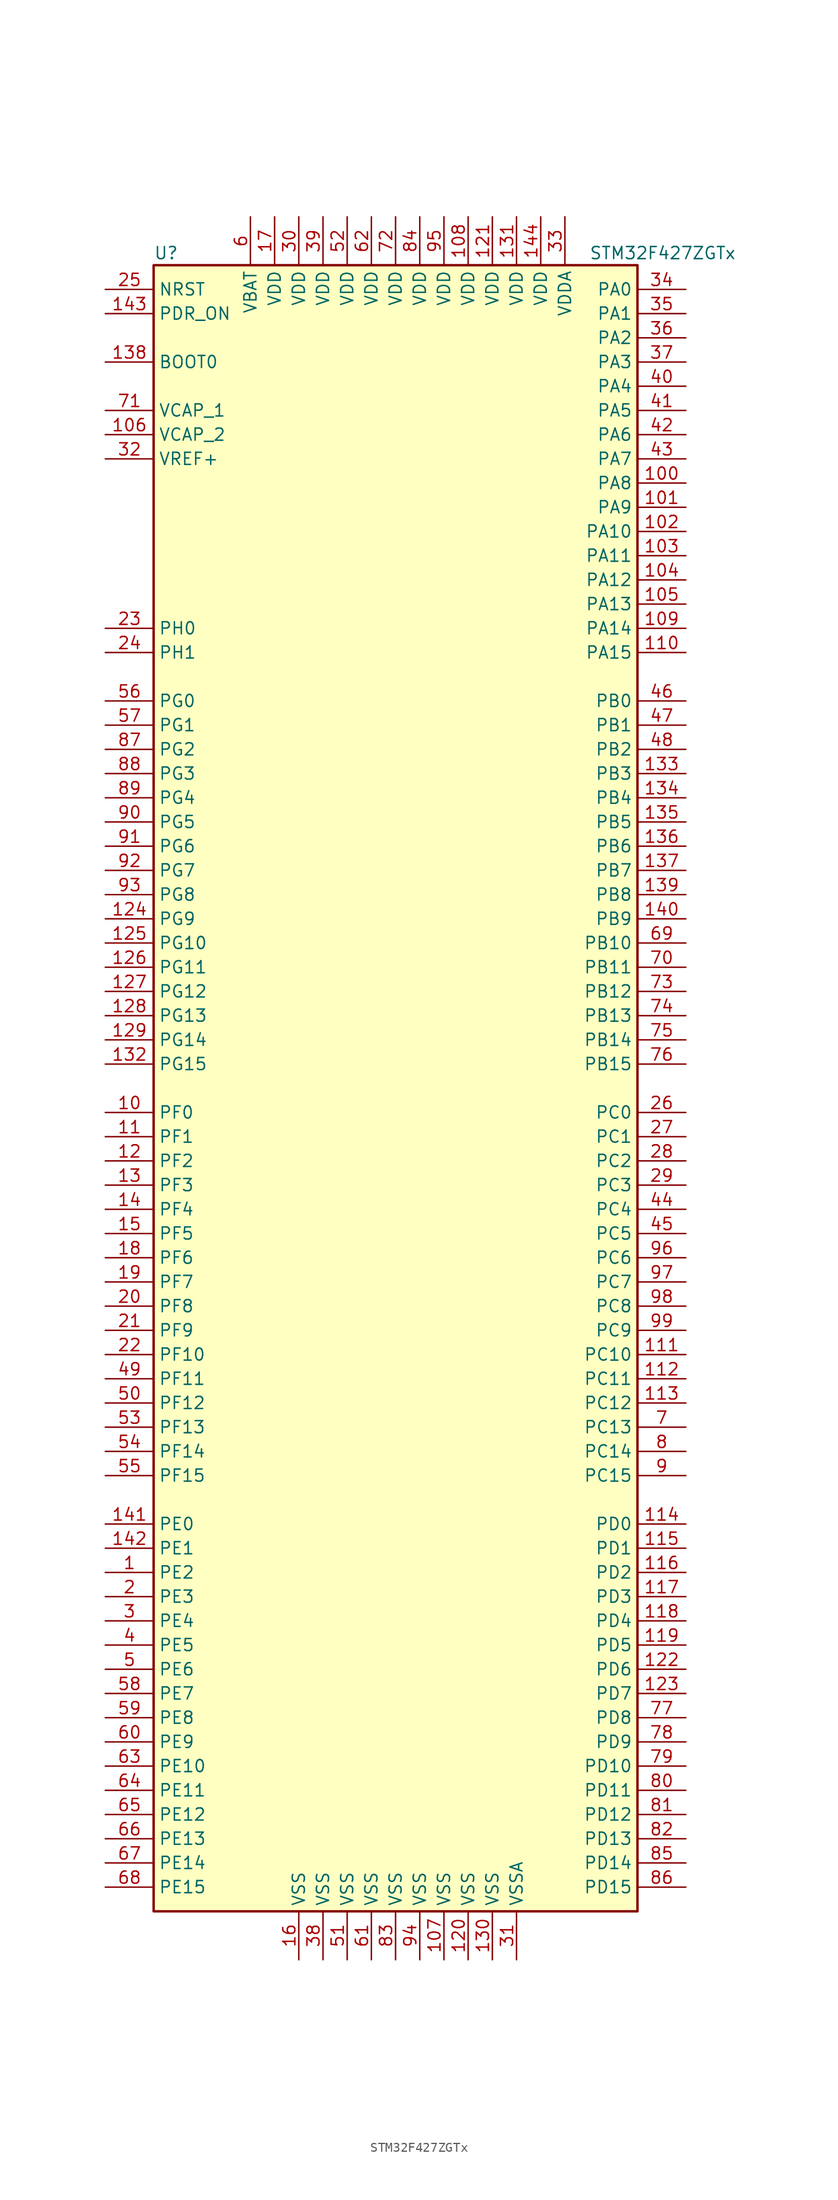
<source format=kicad_sym>
(kicad_symbol_lib
  (version 20201005)
  (generator kicad_symbol_editor)
  (symbol "STM32F427ZGTx"
    (property "Reference" "U"
      (at -25.4 87.63 0)
      (effects (font (size 1.27 1.27)) (justify left)))
    (property "Value" "STM32F427ZGTx"
      (at 20.32 87.63 0)
      (effects (font (size 1.27 1.27)) (justify left)))
    (symbol "STM32F427ZGTx_0_1"
      (rectangle (start -25.4 -86.36) (end 25.4 86.36) (stroke (width 0.254)) (fill (type background))))
    (symbol "STM32F427ZGTx_1_1"
      (pin input line (at -30.48 76.2 0) (length 5.08) (name "BOOT0" (effects (font (size 1.27 1.27)))) (number "138" (effects (font (size 1.27 1.27)))))
      (pin input line (at -30.48 83.82 0) (length 5.08) (name "NRST" (effects (font (size 1.27 1.27)))) (number "25" (effects (font (size 1.27 1.27)))))
      (pin bidirectional line (at 30.48 83.82 180) (length 5.08) (name "PA0" (effects (font (size 1.27 1.27)))) (number "34" (effects (font (size 1.27 1.27)))))
      (pin bidirectional line (at 30.48 81.28 180) (length 5.08) (name "PA1" (effects (font (size 1.27 1.27)))) (number "35" (effects (font (size 1.27 1.27)))))
      (pin bidirectional line (at 30.48 58.42 180) (length 5.08) (name "PA10" (effects (font (size 1.27 1.27)))) (number "102" (effects (font (size 1.27 1.27)))))
      (pin bidirectional line (at 30.48 55.88 180) (length 5.08) (name "PA11" (effects (font (size 1.27 1.27)))) (number "103" (effects (font (size 1.27 1.27)))))
      (pin bidirectional line (at 30.48 53.34 180) (length 5.08) (name "PA12" (effects (font (size 1.27 1.27)))) (number "104" (effects (font (size 1.27 1.27)))))
      (pin bidirectional line (at 30.48 50.8 180) (length 5.08) (name "PA13" (effects (font (size 1.27 1.27)))) (number "105" (effects (font (size 1.27 1.27)))))
      (pin bidirectional line (at 30.48 48.26 180) (length 5.08) (name "PA14" (effects (font (size 1.27 1.27)))) (number "109" (effects (font (size 1.27 1.27)))))
      (pin bidirectional line (at 30.48 45.72 180) (length 5.08) (name "PA15" (effects (font (size 1.27 1.27)))) (number "110" (effects (font (size 1.27 1.27)))))
      (pin bidirectional line (at 30.48 78.74 180) (length 5.08) (name "PA2" (effects (font (size 1.27 1.27)))) (number "36" (effects (font (size 1.27 1.27)))))
      (pin bidirectional line (at 30.48 76.2 180) (length 5.08) (name "PA3" (effects (font (size 1.27 1.27)))) (number "37" (effects (font (size 1.27 1.27)))))
      (pin bidirectional line (at 30.48 73.66 180) (length 5.08) (name "PA4" (effects (font (size 1.27 1.27)))) (number "40" (effects (font (size 1.27 1.27)))))
      (pin bidirectional line (at 30.48 71.12 180) (length 5.08) (name "PA5" (effects (font (size 1.27 1.27)))) (number "41" (effects (font (size 1.27 1.27)))))
      (pin bidirectional line (at 30.48 68.58 180) (length 5.08) (name "PA6" (effects (font (size 1.27 1.27)))) (number "42" (effects (font (size 1.27 1.27)))))
      (pin bidirectional line (at 30.48 66.04 180) (length 5.08) (name "PA7" (effects (font (size 1.27 1.27)))) (number "43" (effects (font (size 1.27 1.27)))))
      (pin bidirectional line (at 30.48 63.5 180) (length 5.08) (name "PA8" (effects (font (size 1.27 1.27)))) (number "100" (effects (font (size 1.27 1.27)))))
      (pin bidirectional line (at 30.48 60.96 180) (length 5.08) (name "PA9" (effects (font (size 1.27 1.27)))) (number "101" (effects (font (size 1.27 1.27)))))
      (pin bidirectional line (at 30.48 40.64 180) (length 5.08) (name "PB0" (effects (font (size 1.27 1.27)))) (number "46" (effects (font (size 1.27 1.27)))))
      (pin bidirectional line (at 30.48 38.1 180) (length 5.08) (name "PB1" (effects (font (size 1.27 1.27)))) (number "47" (effects (font (size 1.27 1.27)))))
      (pin bidirectional line (at 30.48 15.24 180) (length 5.08) (name "PB10" (effects (font (size 1.27 1.27)))) (number "69" (effects (font (size 1.27 1.27)))))
      (pin bidirectional line (at 30.48 12.7 180) (length 5.08) (name "PB11" (effects (font (size 1.27 1.27)))) (number "70" (effects (font (size 1.27 1.27)))))
      (pin bidirectional line (at 30.48 10.16 180) (length 5.08) (name "PB12" (effects (font (size 1.27 1.27)))) (number "73" (effects (font (size 1.27 1.27)))))
      (pin bidirectional line (at 30.48 7.62 180) (length 5.08) (name "PB13" (effects (font (size 1.27 1.27)))) (number "74" (effects (font (size 1.27 1.27)))))
      (pin bidirectional line (at 30.48 5.08 180) (length 5.08) (name "PB14" (effects (font (size 1.27 1.27)))) (number "75" (effects (font (size 1.27 1.27)))))
      (pin bidirectional line (at 30.48 2.54 180) (length 5.08) (name "PB15" (effects (font (size 1.27 1.27)))) (number "76" (effects (font (size 1.27 1.27)))))
      (pin bidirectional line (at 30.48 35.56 180) (length 5.08) (name "PB2" (effects (font (size 1.27 1.27)))) (number "48" (effects (font (size 1.27 1.27)))))
      (pin bidirectional line (at 30.48 33.02 180) (length 5.08) (name "PB3" (effects (font (size 1.27 1.27)))) (number "133" (effects (font (size 1.27 1.27)))))
      (pin bidirectional line (at 30.48 30.48 180) (length 5.08) (name "PB4" (effects (font (size 1.27 1.27)))) (number "134" (effects (font (size 1.27 1.27)))))
      (pin bidirectional line (at 30.48 27.94 180) (length 5.08) (name "PB5" (effects (font (size 1.27 1.27)))) (number "135" (effects (font (size 1.27 1.27)))))
      (pin bidirectional line (at 30.48 25.4 180) (length 5.08) (name "PB6" (effects (font (size 1.27 1.27)))) (number "136" (effects (font (size 1.27 1.27)))))
      (pin bidirectional line (at 30.48 22.86 180) (length 5.08) (name "PB7" (effects (font (size 1.27 1.27)))) (number "137" (effects (font (size 1.27 1.27)))))
      (pin bidirectional line (at 30.48 20.32 180) (length 5.08) (name "PB8" (effects (font (size 1.27 1.27)))) (number "139" (effects (font (size 1.27 1.27)))))
      (pin bidirectional line (at 30.48 17.78 180) (length 5.08) (name "PB9" (effects (font (size 1.27 1.27)))) (number "140" (effects (font (size 1.27 1.27)))))
      (pin bidirectional line (at 30.48 -2.54 180) (length 5.08) (name "PC0" (effects (font (size 1.27 1.27)))) (number "26" (effects (font (size 1.27 1.27)))))
      (pin bidirectional line (at 30.48 -5.08 180) (length 5.08) (name "PC1" (effects (font (size 1.27 1.27)))) (number "27" (effects (font (size 1.27 1.27)))))
      (pin bidirectional line (at 30.48 -27.94 180) (length 5.08) (name "PC10" (effects (font (size 1.27 1.27)))) (number "111" (effects (font (size 1.27 1.27)))))
      (pin bidirectional line (at 30.48 -30.48 180) (length 5.08) (name "PC11" (effects (font (size 1.27 1.27)))) (number "112" (effects (font (size 1.27 1.27)))))
      (pin bidirectional line (at 30.48 -33.02 180) (length 5.08) (name "PC12" (effects (font (size 1.27 1.27)))) (number "113" (effects (font (size 1.27 1.27)))))
      (pin bidirectional line (at 30.48 -35.56 180) (length 5.08) (name "PC13" (effects (font (size 1.27 1.27)))) (number "7" (effects (font (size 1.27 1.27)))))
      (pin bidirectional line (at 30.48 -38.1 180) (length 5.08) (name "PC14" (effects (font (size 1.27 1.27)))) (number "8" (effects (font (size 1.27 1.27)))))
      (pin bidirectional line (at 30.48 -40.64 180) (length 5.08) (name "PC15" (effects (font (size 1.27 1.27)))) (number "9" (effects (font (size 1.27 1.27)))))
      (pin bidirectional line (at 30.48 -7.62 180) (length 5.08) (name "PC2" (effects (font (size 1.27 1.27)))) (number "28" (effects (font (size 1.27 1.27)))))
      (pin bidirectional line (at 30.48 -10.16 180) (length 5.08) (name "PC3" (effects (font (size 1.27 1.27)))) (number "29" (effects (font (size 1.27 1.27)))))
      (pin bidirectional line (at 30.48 -12.7 180) (length 5.08) (name "PC4" (effects (font (size 1.27 1.27)))) (number "44" (effects (font (size 1.27 1.27)))))
      (pin bidirectional line (at 30.48 -15.24 180) (length 5.08) (name "PC5" (effects (font (size 1.27 1.27)))) (number "45" (effects (font (size 1.27 1.27)))))
      (pin bidirectional line (at 30.48 -17.78 180) (length 5.08) (name "PC6" (effects (font (size 1.27 1.27)))) (number "96" (effects (font (size 1.27 1.27)))))
      (pin bidirectional line (at 30.48 -20.32 180) (length 5.08) (name "PC7" (effects (font (size 1.27 1.27)))) (number "97" (effects (font (size 1.27 1.27)))))
      (pin bidirectional line (at 30.48 -22.86 180) (length 5.08) (name "PC8" (effects (font (size 1.27 1.27)))) (number "98" (effects (font (size 1.27 1.27)))))
      (pin bidirectional line (at 30.48 -25.4 180) (length 5.08) (name "PC9" (effects (font (size 1.27 1.27)))) (number "99" (effects (font (size 1.27 1.27)))))
      (pin bidirectional line (at 30.48 -45.72 180) (length 5.08) (name "PD0" (effects (font (size 1.27 1.27)))) (number "114" (effects (font (size 1.27 1.27)))))
      (pin bidirectional line (at 30.48 -48.26 180) (length 5.08) (name "PD1" (effects (font (size 1.27 1.27)))) (number "115" (effects (font (size 1.27 1.27)))))
      (pin bidirectional line (at 30.48 -71.12 180) (length 5.08) (name "PD10" (effects (font (size 1.27 1.27)))) (number "79" (effects (font (size 1.27 1.27)))))
      (pin bidirectional line (at 30.48 -73.66 180) (length 5.08) (name "PD11" (effects (font (size 1.27 1.27)))) (number "80" (effects (font (size 1.27 1.27)))))
      (pin bidirectional line (at 30.48 -76.2 180) (length 5.08) (name "PD12" (effects (font (size 1.27 1.27)))) (number "81" (effects (font (size 1.27 1.27)))))
      (pin bidirectional line (at 30.48 -78.74 180) (length 5.08) (name "PD13" (effects (font (size 1.27 1.27)))) (number "82" (effects (font (size 1.27 1.27)))))
      (pin bidirectional line (at 30.48 -81.28 180) (length 5.08) (name "PD14" (effects (font (size 1.27 1.27)))) (number "85" (effects (font (size 1.27 1.27)))))
      (pin bidirectional line (at 30.48 -83.82 180) (length 5.08) (name "PD15" (effects (font (size 1.27 1.27)))) (number "86" (effects (font (size 1.27 1.27)))))
      (pin bidirectional line (at 30.48 -50.8 180) (length 5.08) (name "PD2" (effects (font (size 1.27 1.27)))) (number "116" (effects (font (size 1.27 1.27)))))
      (pin bidirectional line (at 30.48 -53.34 180) (length 5.08) (name "PD3" (effects (font (size 1.27 1.27)))) (number "117" (effects (font (size 1.27 1.27)))))
      (pin bidirectional line (at 30.48 -55.88 180) (length 5.08) (name "PD4" (effects (font (size 1.27 1.27)))) (number "118" (effects (font (size 1.27 1.27)))))
      (pin bidirectional line (at 30.48 -58.42 180) (length 5.08) (name "PD5" (effects (font (size 1.27 1.27)))) (number "119" (effects (font (size 1.27 1.27)))))
      (pin bidirectional line (at 30.48 -60.96 180) (length 5.08) (name "PD6" (effects (font (size 1.27 1.27)))) (number "122" (effects (font (size 1.27 1.27)))))
      (pin bidirectional line (at 30.48 -63.5 180) (length 5.08) (name "PD7" (effects (font (size 1.27 1.27)))) (number "123" (effects (font (size 1.27 1.27)))))
      (pin bidirectional line (at 30.48 -66.04 180) (length 5.08) (name "PD8" (effects (font (size 1.27 1.27)))) (number "77" (effects (font (size 1.27 1.27)))))
      (pin bidirectional line (at 30.48 -68.58 180) (length 5.08) (name "PD9" (effects (font (size 1.27 1.27)))) (number "78" (effects (font (size 1.27 1.27)))))
      (pin input line (at -30.48 81.28 0) (length 5.08) (name "PDR_ON" (effects (font (size 1.27 1.27)))) (number "143" (effects (font (size 1.27 1.27)))))
      (pin bidirectional line (at -30.48 -45.72 0) (length 5.08) (name "PE0" (effects (font (size 1.27 1.27)))) (number "141" (effects (font (size 1.27 1.27)))))
      (pin bidirectional line (at -30.48 -48.26 0) (length 5.08) (name "PE1" (effects (font (size 1.27 1.27)))) (number "142" (effects (font (size 1.27 1.27)))))
      (pin bidirectional line (at -30.48 -71.12 0) (length 5.08) (name "PE10" (effects (font (size 1.27 1.27)))) (number "63" (effects (font (size 1.27 1.27)))))
      (pin bidirectional line (at -30.48 -73.66 0) (length 5.08) (name "PE11" (effects (font (size 1.27 1.27)))) (number "64" (effects (font (size 1.27 1.27)))))
      (pin bidirectional line (at -30.48 -76.2 0) (length 5.08) (name "PE12" (effects (font (size 1.27 1.27)))) (number "65" (effects (font (size 1.27 1.27)))))
      (pin bidirectional line (at -30.48 -78.74 0) (length 5.08) (name "PE13" (effects (font (size 1.27 1.27)))) (number "66" (effects (font (size 1.27 1.27)))))
      (pin bidirectional line (at -30.48 -81.28 0) (length 5.08) (name "PE14" (effects (font (size 1.27 1.27)))) (number "67" (effects (font (size 1.27 1.27)))))
      (pin bidirectional line (at -30.48 -83.82 0) (length 5.08) (name "PE15" (effects (font (size 1.27 1.27)))) (number "68" (effects (font (size 1.27 1.27)))))
      (pin bidirectional line (at -30.48 -50.8 0) (length 5.08) (name "PE2" (effects (font (size 1.27 1.27)))) (number "1" (effects (font (size 1.27 1.27)))))
      (pin bidirectional line (at -30.48 -53.34 0) (length 5.08) (name "PE3" (effects (font (size 1.27 1.27)))) (number "2" (effects (font (size 1.27 1.27)))))
      (pin bidirectional line (at -30.48 -55.88 0) (length 5.08) (name "PE4" (effects (font (size 1.27 1.27)))) (number "3" (effects (font (size 1.27 1.27)))))
      (pin bidirectional line (at -30.48 -58.42 0) (length 5.08) (name "PE5" (effects (font (size 1.27 1.27)))) (number "4" (effects (font (size 1.27 1.27)))))
      (pin bidirectional line (at -30.48 -60.96 0) (length 5.08) (name "PE6" (effects (font (size 1.27 1.27)))) (number "5" (effects (font (size 1.27 1.27)))))
      (pin bidirectional line (at -30.48 -63.5 0) (length 5.08) (name "PE7" (effects (font (size 1.27 1.27)))) (number "58" (effects (font (size 1.27 1.27)))))
      (pin bidirectional line (at -30.48 -66.04 0) (length 5.08) (name "PE8" (effects (font (size 1.27 1.27)))) (number "59" (effects (font (size 1.27 1.27)))))
      (pin bidirectional line (at -30.48 -68.58 0) (length 5.08) (name "PE9" (effects (font (size 1.27 1.27)))) (number "60" (effects (font (size 1.27 1.27)))))
      (pin bidirectional line (at -30.48 -2.54 0) (length 5.08) (name "PF0" (effects (font (size 1.27 1.27)))) (number "10" (effects (font (size 1.27 1.27)))))
      (pin bidirectional line (at -30.48 -5.08 0) (length 5.08) (name "PF1" (effects (font (size 1.27 1.27)))) (number "11" (effects (font (size 1.27 1.27)))))
      (pin bidirectional line (at -30.48 -27.94 0) (length 5.08) (name "PF10" (effects (font (size 1.27 1.27)))) (number "22" (effects (font (size 1.27 1.27)))))
      (pin bidirectional line (at -30.48 -30.48 0) (length 5.08) (name "PF11" (effects (font (size 1.27 1.27)))) (number "49" (effects (font (size 1.27 1.27)))))
      (pin bidirectional line (at -30.48 -33.02 0) (length 5.08) (name "PF12" (effects (font (size 1.27 1.27)))) (number "50" (effects (font (size 1.27 1.27)))))
      (pin bidirectional line (at -30.48 -35.56 0) (length 5.08) (name "PF13" (effects (font (size 1.27 1.27)))) (number "53" (effects (font (size 1.27 1.27)))))
      (pin bidirectional line (at -30.48 -38.1 0) (length 5.08) (name "PF14" (effects (font (size 1.27 1.27)))) (number "54" (effects (font (size 1.27 1.27)))))
      (pin bidirectional line (at -30.48 -40.64 0) (length 5.08) (name "PF15" (effects (font (size 1.27 1.27)))) (number "55" (effects (font (size 1.27 1.27)))))
      (pin bidirectional line (at -30.48 -7.62 0) (length 5.08) (name "PF2" (effects (font (size 1.27 1.27)))) (number "12" (effects (font (size 1.27 1.27)))))
      (pin bidirectional line (at -30.48 -10.16 0) (length 5.08) (name "PF3" (effects (font (size 1.27 1.27)))) (number "13" (effects (font (size 1.27 1.27)))))
      (pin bidirectional line (at -30.48 -12.7 0) (length 5.08) (name "PF4" (effects (font (size 1.27 1.27)))) (number "14" (effects (font (size 1.27 1.27)))))
      (pin bidirectional line (at -30.48 -15.24 0) (length 5.08) (name "PF5" (effects (font (size 1.27 1.27)))) (number "15" (effects (font (size 1.27 1.27)))))
      (pin bidirectional line (at -30.48 -17.78 0) (length 5.08) (name "PF6" (effects (font (size 1.27 1.27)))) (number "18" (effects (font (size 1.27 1.27)))))
      (pin bidirectional line (at -30.48 -20.32 0) (length 5.08) (name "PF7" (effects (font (size 1.27 1.27)))) (number "19" (effects (font (size 1.27 1.27)))))
      (pin bidirectional line (at -30.48 -22.86 0) (length 5.08) (name "PF8" (effects (font (size 1.27 1.27)))) (number "20" (effects (font (size 1.27 1.27)))))
      (pin bidirectional line (at -30.48 -25.4 0) (length 5.08) (name "PF9" (effects (font (size 1.27 1.27)))) (number "21" (effects (font (size 1.27 1.27)))))
      (pin bidirectional line (at -30.48 40.64 0) (length 5.08) (name "PG0" (effects (font (size 1.27 1.27)))) (number "56" (effects (font (size 1.27 1.27)))))
      (pin bidirectional line (at -30.48 38.1 0) (length 5.08) (name "PG1" (effects (font (size 1.27 1.27)))) (number "57" (effects (font (size 1.27 1.27)))))
      (pin bidirectional line (at -30.48 15.24 0) (length 5.08) (name "PG10" (effects (font (size 1.27 1.27)))) (number "125" (effects (font (size 1.27 1.27)))))
      (pin bidirectional line (at -30.48 12.7 0) (length 5.08) (name "PG11" (effects (font (size 1.27 1.27)))) (number "126" (effects (font (size 1.27 1.27)))))
      (pin bidirectional line (at -30.48 10.16 0) (length 5.08) (name "PG12" (effects (font (size 1.27 1.27)))) (number "127" (effects (font (size 1.27 1.27)))))
      (pin bidirectional line (at -30.48 7.62 0) (length 5.08) (name "PG13" (effects (font (size 1.27 1.27)))) (number "128" (effects (font (size 1.27 1.27)))))
      (pin bidirectional line (at -30.48 5.08 0) (length 5.08) (name "PG14" (effects (font (size 1.27 1.27)))) (number "129" (effects (font (size 1.27 1.27)))))
      (pin bidirectional line (at -30.48 2.54 0) (length 5.08) (name "PG15" (effects (font (size 1.27 1.27)))) (number "132" (effects (font (size 1.27 1.27)))))
      (pin bidirectional line (at -30.48 35.56 0) (length 5.08) (name "PG2" (effects (font (size 1.27 1.27)))) (number "87" (effects (font (size 1.27 1.27)))))
      (pin bidirectional line (at -30.48 33.02 0) (length 5.08) (name "PG3" (effects (font (size 1.27 1.27)))) (number "88" (effects (font (size 1.27 1.27)))))
      (pin bidirectional line (at -30.48 30.48 0) (length 5.08) (name "PG4" (effects (font (size 1.27 1.27)))) (number "89" (effects (font (size 1.27 1.27)))))
      (pin bidirectional line (at -30.48 27.94 0) (length 5.08) (name "PG5" (effects (font (size 1.27 1.27)))) (number "90" (effects (font (size 1.27 1.27)))))
      (pin bidirectional line (at -30.48 25.4 0) (length 5.08) (name "PG6" (effects (font (size 1.27 1.27)))) (number "91" (effects (font (size 1.27 1.27)))))
      (pin bidirectional line (at -30.48 22.86 0) (length 5.08) (name "PG7" (effects (font (size 1.27 1.27)))) (number "92" (effects (font (size 1.27 1.27)))))
      (pin bidirectional line (at -30.48 20.32 0) (length 5.08) (name "PG8" (effects (font (size 1.27 1.27)))) (number "93" (effects (font (size 1.27 1.27)))))
      (pin bidirectional line (at -30.48 17.78 0) (length 5.08) (name "PG9" (effects (font (size 1.27 1.27)))) (number "124" (effects (font (size 1.27 1.27)))))
      (pin input line (at -30.48 48.26 0) (length 5.08) (name "PH0" (effects (font (size 1.27 1.27)))) (number "23" (effects (font (size 1.27 1.27)))))
      (pin input line (at -30.48 45.72 0) (length 5.08) (name "PH1" (effects (font (size 1.27 1.27)))) (number "24" (effects (font (size 1.27 1.27)))))
      (pin power_in line (at -15.24 91.44 270) (length 5.08) (name "VBAT" (effects (font (size 1.27 1.27)))) (number "6" (effects (font (size 1.27 1.27)))))
      (pin power_in line (at -30.48 71.12 0) (length 5.08) (name "VCAP_1" (effects (font (size 1.27 1.27)))) (number "71" (effects (font (size 1.27 1.27)))))
      (pin power_in line (at -30.48 68.58 0) (length 5.08) (name "VCAP_2" (effects (font (size 1.27 1.27)))) (number "106" (effects (font (size 1.27 1.27)))))
      (pin power_in line (at 7.62 91.44 270) (length 5.08) (name "VDD" (effects (font (size 1.27 1.27)))) (number "108" (effects (font (size 1.27 1.27)))))
      (pin power_in line (at 10.16 91.44 270) (length 5.08) (name "VDD" (effects (font (size 1.27 1.27)))) (number "121" (effects (font (size 1.27 1.27)))))
      (pin power_in line (at 12.7 91.44 270) (length 5.08) (name "VDD" (effects (font (size 1.27 1.27)))) (number "131" (effects (font (size 1.27 1.27)))))
      (pin power_in line (at 15.24 91.44 270) (length 5.08) (name "VDD" (effects (font (size 1.27 1.27)))) (number "144" (effects (font (size 1.27 1.27)))))
      (pin power_in line (at -12.7 91.44 270) (length 5.08) (name "VDD" (effects (font (size 1.27 1.27)))) (number "17" (effects (font (size 1.27 1.27)))))
      (pin power_in line (at -10.16 91.44 270) (length 5.08) (name "VDD" (effects (font (size 1.27 1.27)))) (number "30" (effects (font (size 1.27 1.27)))))
      (pin power_in line (at -7.62 91.44 270) (length 5.08) (name "VDD" (effects (font (size 1.27 1.27)))) (number "39" (effects (font (size 1.27 1.27)))))
      (pin power_in line (at -5.08 91.44 270) (length 5.08) (name "VDD" (effects (font (size 1.27 1.27)))) (number "52" (effects (font (size 1.27 1.27)))))
      (pin power_in line (at -2.54 91.44 270) (length 5.08) (name "VDD" (effects (font (size 1.27 1.27)))) (number "62" (effects (font (size 1.27 1.27)))))
      (pin power_in line (at 0 91.44 270) (length 5.08) (name "VDD" (effects (font (size 1.27 1.27)))) (number "72" (effects (font (size 1.27 1.27)))))
      (pin power_in line (at 2.54 91.44 270) (length 5.08) (name "VDD" (effects (font (size 1.27 1.27)))) (number "84" (effects (font (size 1.27 1.27)))))
      (pin power_in line (at 5.08 91.44 270) (length 5.08) (name "VDD" (effects (font (size 1.27 1.27)))) (number "95" (effects (font (size 1.27 1.27)))))
      (pin power_in line (at 17.78 91.44 270) (length 5.08) (name "VDDA" (effects (font (size 1.27 1.27)))) (number "33" (effects (font (size 1.27 1.27)))))
      (pin power_in line (at -30.48 66.04 0) (length 5.08) (name "VREF+" (effects (font (size 1.27 1.27)))) (number "32" (effects (font (size 1.27 1.27)))))
      (pin power_in line (at 5.08 -91.44 90) (length 5.08) (name "VSS" (effects (font (size 1.27 1.27)))) (number "107" (effects (font (size 1.27 1.27)))))
      (pin power_in line (at 7.62 -91.44 90) (length 5.08) (name "VSS" (effects (font (size 1.27 1.27)))) (number "120" (effects (font (size 1.27 1.27)))))
      (pin power_in line (at 10.16 -91.44 90) (length 5.08) (name "VSS" (effects (font (size 1.27 1.27)))) (number "130" (effects (font (size 1.27 1.27)))))
      (pin power_in line (at -10.16 -91.44 90) (length 5.08) (name "VSS" (effects (font (size 1.27 1.27)))) (number "16" (effects (font (size 1.27 1.27)))))
      (pin power_in line (at -7.62 -91.44 90) (length 5.08) (name "VSS" (effects (font (size 1.27 1.27)))) (number "38" (effects (font (size 1.27 1.27)))))
      (pin power_in line (at -5.08 -91.44 90) (length 5.08) (name "VSS" (effects (font (size 1.27 1.27)))) (number "51" (effects (font (size 1.27 1.27)))))
      (pin power_in line (at -2.54 -91.44 90) (length 5.08) (name "VSS" (effects (font (size 1.27 1.27)))) (number "61" (effects (font (size 1.27 1.27)))))
      (pin power_in line (at 0 -91.44 90) (length 5.08) (name "VSS" (effects (font (size 1.27 1.27)))) (number "83" (effects (font (size 1.27 1.27)))))
      (pin power_in line (at 2.54 -91.44 90) (length 5.08) (name "VSS" (effects (font (size 1.27 1.27)))) (number "94" (effects (font (size 1.27 1.27)))))
      (pin power_in line (at 12.7 -91.44 90) (length 5.08) (name "VSSA" (effects (font (size 1.27 1.27)))) (number "31" (effects (font (size 1.27 1.27))))))))
</source>
